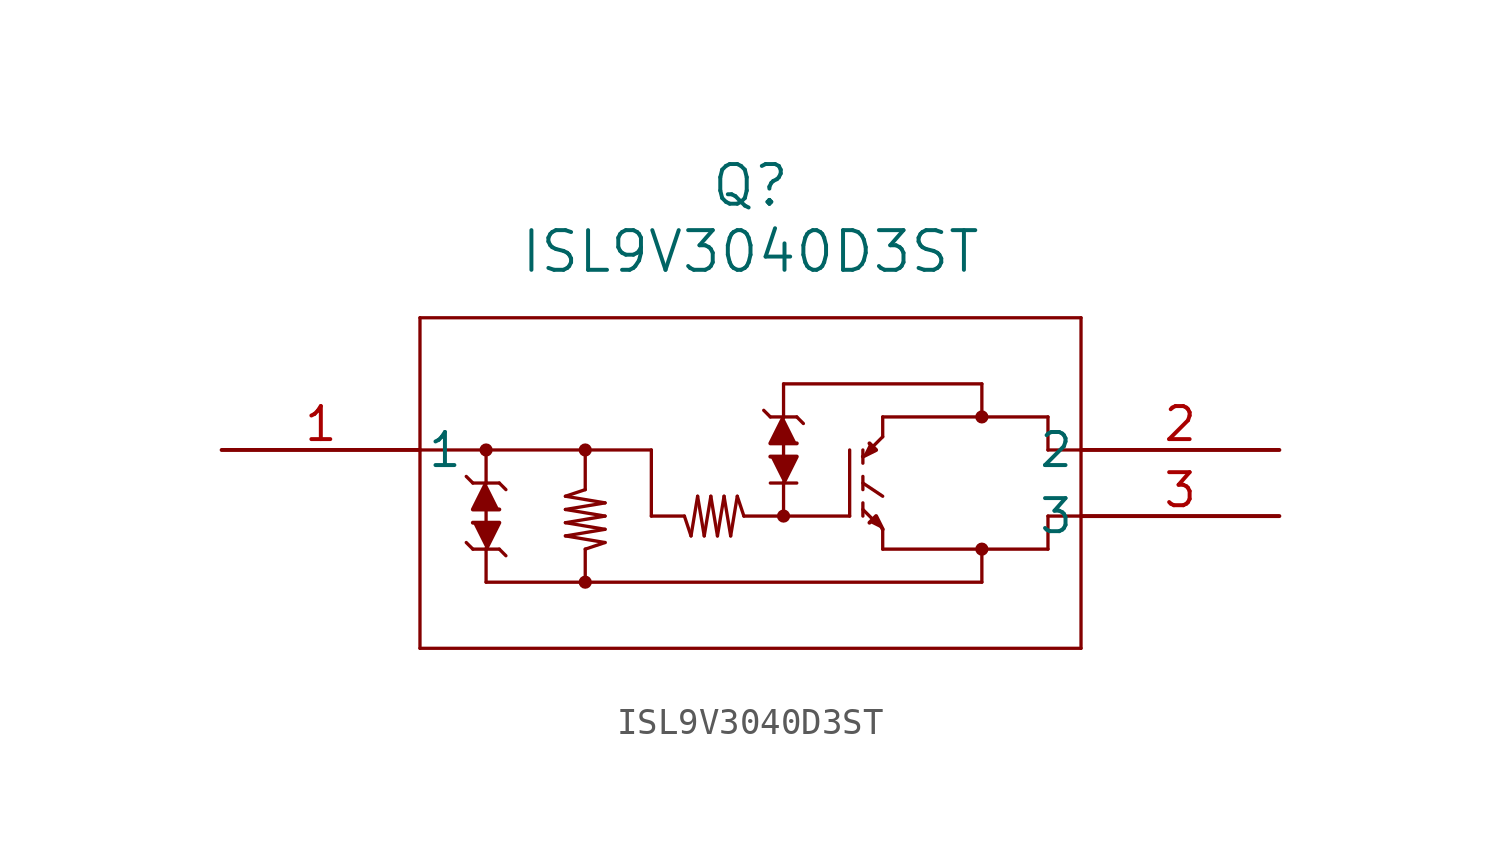
<source format=kicad_sym>
(kicad_symbol_lib
  (version 20211014)
  (generator kicad_symbol_editor)
  (symbol "ISL9V3040D3ST"
    (pin_names
      (offset 0.254))
    (property "Reference" "Q"
      (at 20.32 10.16 0)
      (effects (font (size 1.524 1.524))))
    (property "Value" "ISL9V3040D3ST"
      (at 20.32 7.62 0)
      (effects (font (size 1.524 1.524))))
    (symbol "ISL9V3040D3ST_0_1"
      (polyline (pts (xy 7.62 5.08) (xy 7.62 -7.62)) (stroke (width 0.127) (type default) (color 0 0 0 0)) (fill (type none)))
      (polyline (pts (xy 7.62 -7.62) (xy 33.02 -7.62)) (stroke (width 0.127) (type default) (color 0 0 0 0)) (fill (type none)))
      (polyline (pts (xy 33.02 -7.62) (xy 33.02 5.08)) (stroke (width 0.127) (type default) (color 0 0 0 0)) (fill (type none)))
      (polyline (pts (xy 33.02 5.08) (xy 7.62 5.08)) (stroke (width 0.127) (type default) (color 0 0 0 0)) (fill (type none)))
      (polyline (pts (xy 24.13 0) (xy 24.13 -2.54)) (stroke (width 0.127) (type default) (color 0 0 0 0)) (fill (type none)))
      (polyline (pts (xy 24.13 -2.54) (xy 20.066 -2.54)) (stroke (width 0.127) (type default) (color 0 0 0 0)) (fill (type none)))
      (polyline (pts (xy 24.638 -1.016) (xy 24.638 -1.524)) (stroke (width 0.127) (type default) (color 0 0 0 0)) (fill (type none)))
      (polyline (pts (xy 24.638 -0.508) (xy 24.638 0)) (stroke (width 0.127) (type default) (color 0 0 0 0)) (fill (type none)))
      (polyline (pts (xy 24.638 -2.032) (xy 24.638 -2.54)) (stroke (width 0.127) (type default) (color 0 0 0 0)) (fill (type none)))
      (polyline (pts (xy 24.638 -1.27) (xy 25.4 -1.778)) (stroke (width 0.127) (type default) (color 0 0 0 0)) (fill (type none)))
      (polyline (pts (xy 24.638 -2.286) (xy 25.146 -2.794)) (stroke (width 0.127) (type default) (color 0 0 0 0)) (fill (type none)))
      (polyline (pts (xy 24.892 0) (xy 25.4 0.508)) (stroke (width 0.127) (type default) (color 0 0 0 0)) (fill (type none)))
      (polyline (pts (xy 24.638 -0.254) (xy 25.146 0) (xy 24.892 0.254)) (stroke (width 0) (type default) (color 0 0 0 0)) (fill (type outline)))
      (polyline (pts (xy 25.4 -3.048) (xy 25.146 -2.54) (xy 24.892 -2.794)) (stroke (width 0) (type default) (color 0 0 0 0)) (fill (type outline)))
      (polyline (pts (xy 25.4 -3.048) (xy 25.4 -3.81)) (stroke (width 0.127) (type default) (color 0 0 0 0)) (fill (type none)))
      (polyline (pts (xy 25.4 -3.81) (xy 31.75 -3.81)) (stroke (width 0.127) (type default) (color 0 0 0 0)) (fill (type none)))
      (polyline (pts (xy 31.75 -3.81) (xy 31.75 -2.54)) (stroke (width 0.127) (type default) (color 0 0 0 0)) (fill (type none)))
      (polyline (pts (xy 31.75 -2.54) (xy 33.02 -2.54)) (stroke (width 0.127) (type default) (color 0 0 0 0)) (fill (type none)))
      (polyline (pts (xy 33.02 0) (xy 31.75 0)) (stroke (width 0.127) (type default) (color 0 0 0 0)) (fill (type none)))
      (polyline (pts (xy 31.75 0) (xy 31.75 1.27)) (stroke (width 0.127) (type default) (color 0 0 0 0)) (fill (type none)))
      (polyline (pts (xy 31.75 1.27) (xy 25.4 1.27)) (stroke (width 0.127) (type default) (color 0 0 0 0)) (fill (type none)))
      (polyline (pts (xy 25.4 1.27) (xy 25.4 0.508)) (stroke (width 0.127) (type default) (color 0 0 0 0)) (fill (type none)))
      (polyline (pts (xy 21.59 -2.54) (xy 21.59 -1.27)) (stroke (width 0.127) (type default) (color 0 0 0 0)) (fill (type none)))
      (polyline (pts (xy 29.21 1.27) (xy 29.21 2.54)) (stroke (width 0.127) (type default) (color 0 0 0 0)) (fill (type none)))
      (polyline (pts (xy 29.21 2.54) (xy 21.59 2.54)) (stroke (width 0.127) (type default) (color 0 0 0 0)) (fill (type none)))
      (polyline (pts (xy 21.59 2.54) (xy 21.59 1.27)) (stroke (width 0.127) (type default) (color 0 0 0 0)) (fill (type none)))
      (polyline (pts (xy 21.59 1.27) (xy 21.082 0.254) (xy 22.098 0.254)) (stroke (width 0) (type default) (color 0 0 0 0)) (fill (type outline)))
      (polyline (pts (xy 21.59 -1.27) (xy 22.098 -0.254) (xy 21.082 -0.254)) (stroke (width 0) (type default) (color 0 0 0 0)) (fill (type outline)))
      (polyline (pts (xy 21.59 0.254) (xy 21.59 -0.254)) (stroke (width 0.127) (type default) (color 0 0 0 0)) (fill (type none)))
      (polyline (pts (xy 21.082 1.27) (xy 22.098 1.27)) (stroke (width 0.127) (type default) (color 0 0 0 0)) (fill (type none)))
      (polyline (pts (xy 22.098 1.27) (xy 22.352 1.016)) (stroke (width 0.127) (type default) (color 0 0 0 0)) (fill (type none)))
      (polyline (pts (xy 21.082 1.27) (xy 20.828 1.524)) (stroke (width 0.127) (type default) (color 0 0 0 0)) (fill (type none)))
      (polyline (pts (xy 21.082 -1.27) (xy 22.098 -1.27)) (stroke (width 0.127) (type default) (color 0 0 0 0)) (fill (type none)))
      (polyline (pts (xy 17.78 -2.54) (xy 16.51 -2.54)) (stroke (width 0.127) (type default) (color 0 0 0 0)) (fill (type none)))
      (polyline (pts (xy 9.652 -3.81) (xy 9.398 -3.556)) (stroke (width 0.127) (type default) (color 0 0 0 0)) (fill (type none)))
      (polyline (pts (xy 16.51 0) (xy 7.62 0)) (stroke (width 0.127) (type default) (color 0 0 0 0)) (fill (type none)))
      (polyline (pts (xy 17.78 -2.54) (xy 18.034 -3.302)) (stroke (width 0.127) (type default) (color 0 0 0 0)) (fill (type none)))
      (polyline (pts (xy 18.034 -3.302) (xy 18.288 -1.778)) (stroke (width 0.127) (type default) (color 0 0 0 0)) (fill (type none)))
      (polyline (pts (xy 18.288 -1.778) (xy 18.542 -3.302)) (stroke (width 0.127) (type default) (color 0 0 0 0)) (fill (type none)))
      (polyline (pts (xy 18.542 -3.302) (xy 18.796 -1.778)) (stroke (width 0.127) (type default) (color 0 0 0 0)) (fill (type none)))
      (polyline (pts (xy 18.796 -1.778) (xy 19.05 -3.302)) (stroke (width 0.127) (type default) (color 0 0 0 0)) (fill (type none)))
      (polyline (pts (xy 19.05 -3.302) (xy 19.304 -1.778)) (stroke (width 0.127) (type default) (color 0 0 0 0)) (fill (type none)))
      (polyline (pts (xy 19.304 -1.778) (xy 19.558 -3.302)) (stroke (width 0.127) (type default) (color 0 0 0 0)) (fill (type none)))
      (polyline (pts (xy 19.558 -3.302) (xy 19.812 -1.778)) (stroke (width 0.127) (type default) (color 0 0 0 0)) (fill (type none)))
      (polyline (pts (xy 19.812 -1.778) (xy 20.066 -2.54)) (stroke (width 0.127) (type default) (color 0 0 0 0)) (fill (type none)))
      (polyline (pts (xy 13.97 -1.524) (xy 13.208 -1.778)) (stroke (width 0.127) (type default) (color 0 0 0 0)) (fill (type none)))
      (polyline (pts (xy 13.208 -1.778) (xy 14.732 -2.032)) (stroke (width 0.127) (type default) (color 0 0 0 0)) (fill (type none)))
      (polyline (pts (xy 14.732 -2.032) (xy 13.208 -2.286)) (stroke (width 0.127) (type default) (color 0 0 0 0)) (fill (type none)))
      (polyline (pts (xy 13.208 -2.286) (xy 14.732 -2.54)) (stroke (width 0.127) (type default) (color 0 0 0 0)) (fill (type none)))
      (polyline (pts (xy 14.732 -2.54) (xy 13.208 -2.794)) (stroke (width 0.127) (type default) (color 0 0 0 0)) (fill (type none)))
      (polyline (pts (xy 13.208 -2.794) (xy 14.732 -3.048)) (stroke (width 0.127) (type default) (color 0 0 0 0)) (fill (type none)))
      (polyline (pts (xy 14.732 -3.048) (xy 13.208 -3.302)) (stroke (width 0.127) (type default) (color 0 0 0 0)) (fill (type none)))
      (polyline (pts (xy 13.208 -3.302) (xy 14.732 -3.556)) (stroke (width 0.127) (type default) (color 0 0 0 0)) (fill (type none)))
      (polyline (pts (xy 14.732 -3.556) (xy 13.97 -3.81)) (stroke (width 0.127) (type default) (color 0 0 0 0)) (fill (type none)))
      (polyline (pts (xy 16.51 -2.54) (xy 16.51 0)) (stroke (width 0.127) (type default) (color 0 0 0 0)) (fill (type none)))
      (polyline (pts (xy 13.97 0) (xy 13.97 -1.524)) (stroke (width 0.127) (type default) (color 0 0 0 0)) (fill (type none)))
      (polyline (pts (xy 13.97 -3.81) (xy 13.97 -5.08)) (stroke (width 0.127) (type default) (color 0 0 0 0)) (fill (type none)))
      (polyline (pts (xy 10.16 -5.08) (xy 29.21 -5.08)) (stroke (width 0.127) (type default) (color 0 0 0 0)) (fill (type none)))
      (polyline (pts (xy 29.21 -5.08) (xy 29.21 -3.81)) (stroke (width 0.127) (type default) (color 0 0 0 0)) (fill (type none)))
      (polyline (pts (xy 10.668 -3.81) (xy 10.922 -4.064)) (stroke (width 0.127) (type default) (color 0 0 0 0)) (fill (type none)))
      (polyline (pts (xy 10.16 -5.08) (xy 10.16 -3.81)) (stroke (width 0.127) (type default) (color 0 0 0 0)) (fill (type none)))
      (polyline (pts (xy 10.16 0) (xy 10.16 -1.27)) (stroke (width 0.127) (type default) (color 0 0 0 0)) (fill (type none)))
      (polyline (pts (xy 10.16 -2.286) (xy 10.16 -2.794)) (stroke (width 0.127) (type default) (color 0 0 0 0)) (fill (type none)))
      (polyline (pts (xy 9.652 -1.27) (xy 10.668 -1.27)) (stroke (width 0.127) (type default) (color 0 0 0 0)) (fill (type none)))
      (polyline (pts (xy 10.668 -1.27) (xy 10.922 -1.524)) (stroke (width 0.127) (type default) (color 0 0 0 0)) (fill (type none)))
      (polyline (pts (xy 9.652 -1.27) (xy 9.398 -1.016)) (stroke (width 0.127) (type default) (color 0 0 0 0)) (fill (type none)))
      (polyline (pts (xy 9.652 -3.81) (xy 10.668 -3.81)) (stroke (width 0.127) (type default) (color 0 0 0 0)) (fill (type none)))
      (polyline (pts (xy 10.16 -1.27) (xy 9.652 -2.286) (xy 10.668 -2.286)) (stroke (width 0) (type default) (color 0 0 0 0)) (fill (type outline)))
      (polyline (pts (xy 10.16 -3.81) (xy 10.668 -2.794) (xy 9.652 -2.794)) (stroke (width 0) (type default) (color 0 0 0 0)) (fill (type outline)))
      (circle (center 10.16 0) (radius 0.127) (stroke (width 0.254) (type default) (color 0 0 0 0)) (fill (type none)))
      (circle (center 13.97 0) (radius 0.127) (stroke (width 0.254) (type default) (color 0 0 0 0)) (fill (type none)))
      (circle (center 13.97 -5.08) (radius 0.127) (stroke (width 0.254) (type default) (color 0 0 0 0)) (fill (type none)))
      (circle (center 21.59 -2.54) (radius 0.127) (stroke (width 0.254) (type default) (color 0 0 0 0)) (fill (type none)))
      (circle (center 29.21 1.27) (radius 0.127) (stroke (width 0.254) (type default) (color 0 0 0 0)) (fill (type none)))
      (circle (center 29.21 -3.81) (radius 0.127) (stroke (width 0.254) (type default) (color 0 0 0 0)) (fill (type none)))
      (pin unspecified line (at 0 0 0) (length 7.62) (name "1" (effects (font (size 1.27 1.27)))) (number "1" (effects (font (size 1.27 1.27)))))
      (pin unspecified line (at 40.64 0 180) (length 7.62) (name "2" (effects (font (size 1.27 1.27)))) (number "2" (effects (font (size 1.27 1.27)))))
      (pin unspecified line (at 40.64 -2.54 180) (length 7.62) (name "3" (effects (font (size 1.27 1.27)))) (number "3" (effects (font (size 1.27 1.27))))))))
</source>
